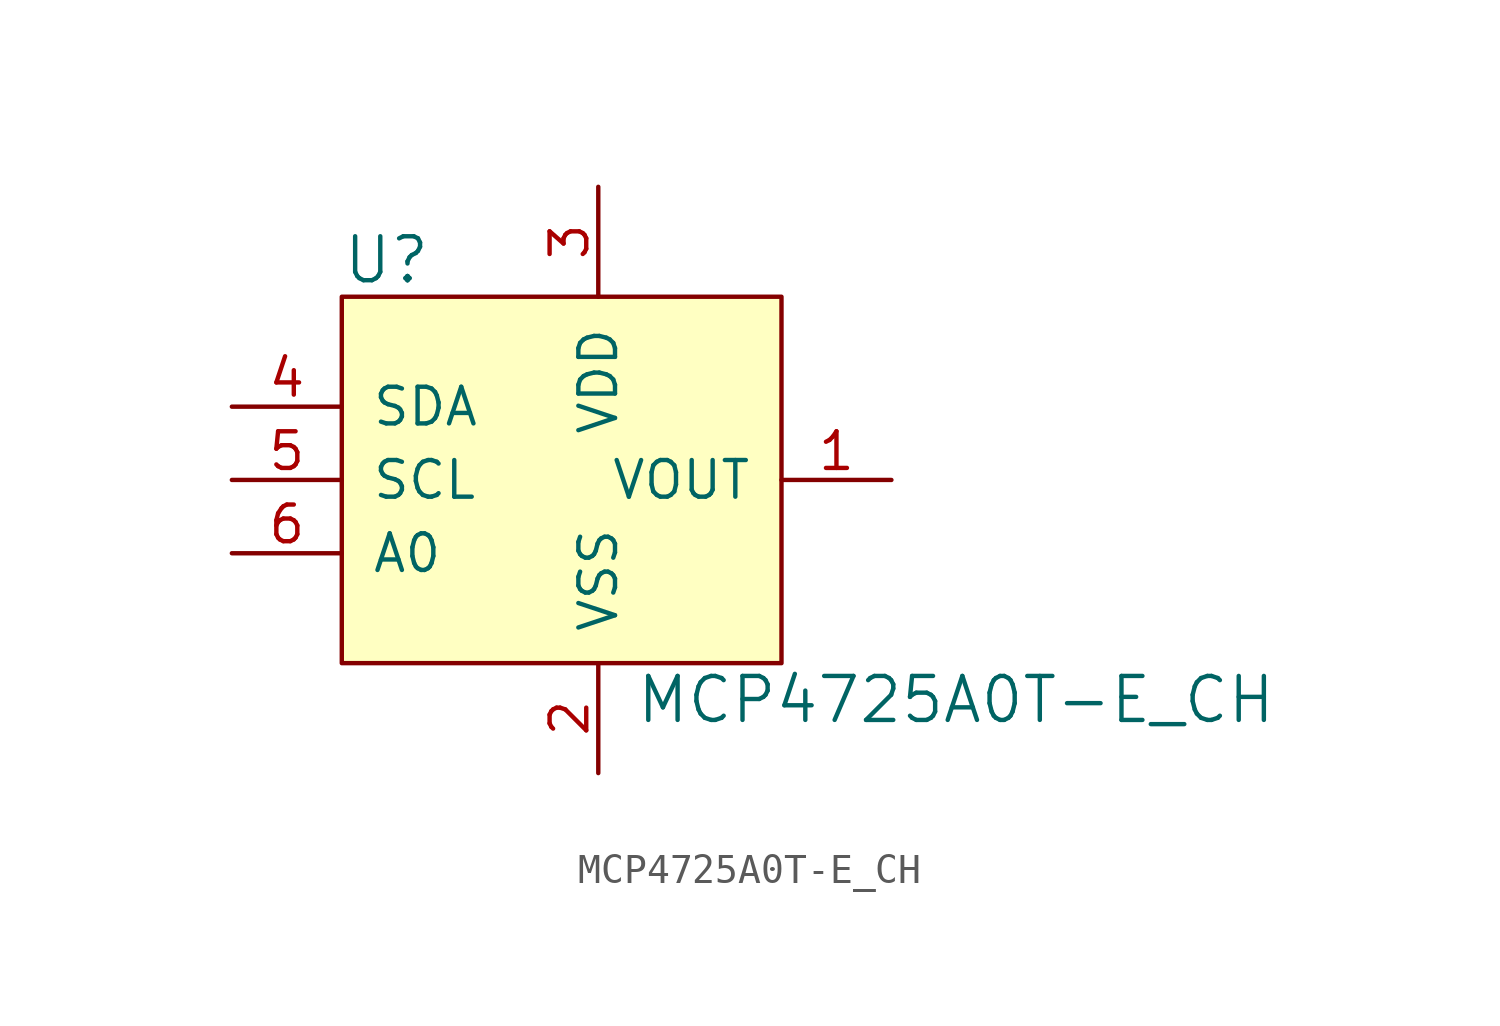
<source format=kicad_sym>
(kicad_symbol_lib
  (version 20220914)
  (generator kicad_symbol_editor)
  (symbol "MCP4725A0T-E_CH"
    (pin_names
      (offset 1.016))
    (property "Reference" "U"
      (at -8.89 7.62 0)
      (effects (font (size 1.524 1.524)) (justify left)))
    (property "Value" "MCP4725A0T-E_CH"
      (at 1.27 -7.62 0)
      (effects (font (size 1.524 1.524)) (justify left)))
    (symbol "MCP4725A0T-E_CH_0_1"
      (rectangle (start -8.89 6.35) (end 6.35 -6.35) (stroke (width 0) (type default)) (fill (type background))))
    (symbol "MCP4725A0T-E_CH_1_1"
      (pin output line (at 10.16 0 180) (length 3.81) (name "VOUT" (effects (font (size 1.27 1.27)))) (number "1" (effects (font (size 1.27 1.27)))))
      (pin power_in line (at 0 -10.16 90) (length 3.81) (name "VSS" (effects (font (size 1.27 1.27)))) (number "2" (effects (font (size 1.27 1.27)))))
      (pin power_in line (at 0 10.16 270) (length 3.81) (name "VDD" (effects (font (size 1.27 1.27)))) (number "3" (effects (font (size 1.27 1.27)))))
      (pin bidirectional line (at -12.7 2.54 0) (length 3.81) (name "SDA" (effects (font (size 1.27 1.27)))) (number "4" (effects (font (size 1.27 1.27)))))
      (pin input line (at -12.7 0 0) (length 3.81) (name "SCL" (effects (font (size 1.27 1.27)))) (number "5" (effects (font (size 1.27 1.27)))))
      (pin input line (at -12.7 -2.54 0) (length 3.81) (name "A0" (effects (font (size 1.27 1.27)))) (number "6" (effects (font (size 1.27 1.27))))))))
</source>
